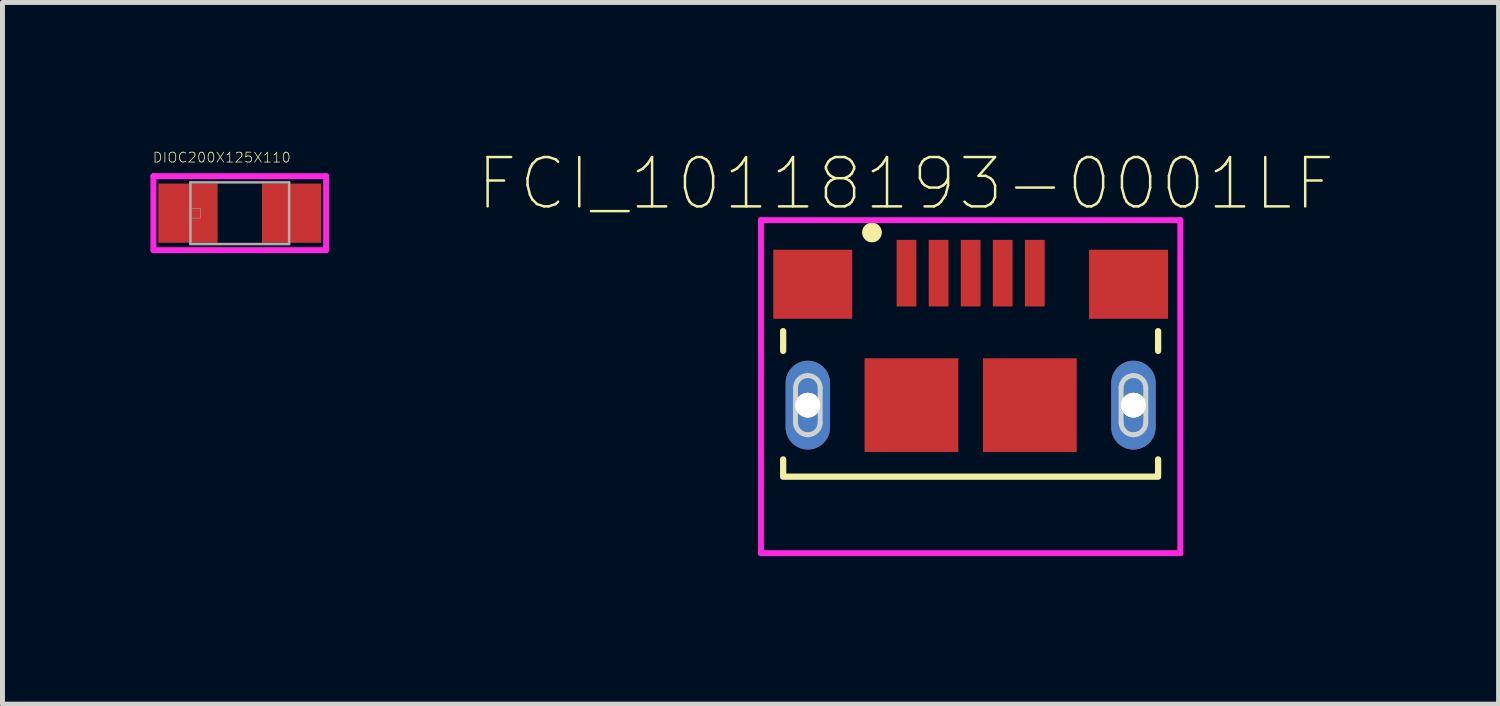
<source format=kicad_pcb>
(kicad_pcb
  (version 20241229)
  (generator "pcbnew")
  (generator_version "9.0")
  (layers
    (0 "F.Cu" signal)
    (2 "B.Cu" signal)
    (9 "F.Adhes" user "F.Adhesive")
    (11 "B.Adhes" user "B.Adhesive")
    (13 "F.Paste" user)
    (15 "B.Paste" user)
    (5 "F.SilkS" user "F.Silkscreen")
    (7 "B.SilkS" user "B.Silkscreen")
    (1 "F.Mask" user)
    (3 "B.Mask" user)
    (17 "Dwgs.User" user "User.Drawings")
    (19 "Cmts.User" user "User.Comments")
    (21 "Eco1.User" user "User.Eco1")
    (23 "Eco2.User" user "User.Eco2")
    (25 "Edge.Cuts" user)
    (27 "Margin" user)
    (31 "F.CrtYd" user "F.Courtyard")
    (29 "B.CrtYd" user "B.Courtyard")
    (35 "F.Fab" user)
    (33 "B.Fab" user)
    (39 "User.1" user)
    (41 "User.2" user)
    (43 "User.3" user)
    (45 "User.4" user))
  (footprint "DIOC200X125X110"
    (layer "F.Cu")
    (at 1.81 1.271)
    (property "Reference" "DIOC200X125X110" (at -0.365 -1.128 0) (layer "F.SilkS") (effects (font (size 0.2 0.2) (thickness 0.015))))
    (attr through_hole)
    (fp_line (start -1.75 -0.75) (end 1.75 -0.75) (stroke (width 0.12) (type solid)) (layer "F.CrtYd"))
    (fp_line (start -1.75 0.75) (end -1.75 -0.75) (stroke (width 0.12) (type solid)) (layer "F.CrtYd"))
    (fp_line (start 1.75 -0.75) (end 1.75 0.75) (stroke (width 0.12) (type solid)) (layer "F.CrtYd"))
    (fp_line (start 1.75 0.75) (end -1.75 0.75) (stroke (width 0.12) (type solid)) (layer "F.CrtYd"))
    (fp_line (start -1 -0.625) (end -1 0.625) (stroke (width 0.05) (type solid)) (layer "F.Fab"))
    (fp_line (start -1 0.625) (end 1 0.625) (stroke (width 0.05) (type solid)) (layer "F.Fab"))
    (fp_line (start 1 -0.625) (end -1 -0.625) (stroke (width 0.05) (type solid)) (layer "F.Fab"))
    (fp_line (start 1 0.625) (end 1 -0.625) (stroke (width 0.05) (type solid)) (layer "F.Fab"))
    (fp_poly (pts (xy -1.002 -0.1) (xy -0.8 -0.1) (xy -0.8 0.1) (xy -1.002 0.1)) (stroke (width 0.01) (type solid)) (fill no) (layer "F.Fab"))
    (pad "+" smd rect (at 1.05 0) (size 1.2 1.2) (layers "F.Cu" "F.Mask" "F.Paste"))
    (pad "-" smd rect (at -1.05 0) (size 1.2 1.2) (layers "F.Cu" "F.Mask" "F.Paste")))
  (footprint "FCI_10118193-0001LF"
    (layer "F.Cu")
    (at 16.624 5.162)
    (property "Reference" "FCI_10118193-0001LF" (at -1.314 -4.489 0) (layer "F.SilkS") (effects (font (size 1 1) (thickness 0.05))))
    (attr smd)
    (fp_line (start -3.8 -1.5) (end -3.8 -1.1) (stroke (width 0.127) (type solid)) (layer "F.SilkS"))
    (fp_line (start -3.8 1.1) (end -3.8 1.4) (stroke (width 0.127) (type solid)) (layer "F.SilkS"))
    (fp_line (start -3.8 1.45) (end 3.8 1.45) (stroke (width 0.127) (type solid)) (layer "F.SilkS"))
    (fp_line (start 3.8 -1.1) (end 3.8 -1.5) (stroke (width 0.127) (type solid)) (layer "F.SilkS"))
    (fp_line (start 3.8 1.1) (end 3.8 1.4) (stroke (width 0.127) (type solid)) (layer "F.SilkS"))
    (fp_circle (center -2 -3.5) (end -1.9 -3.5) (stroke (width 0.2) (type solid)) (fill no) (layer "F.SilkS"))
    (fp_line (start -4.2 -3.6) (end -4.2 3) (stroke (width 0.05) (type solid)) (layer "Eco1.User"))
    (fp_line (start -4.2 3) (end 4.2 3) (stroke (width 0.05) (type solid)) (layer "Eco1.User"))
    (fp_line (start 4.2 -3.6) (end -4.2 -3.6) (stroke (width 0.05) (type solid)) (layer "Eco1.User"))
    (fp_line (start 4.2 3) (end 4.2 -3.6) (stroke (width 0.05) (type solid)) (layer "Eco1.User"))
    (fp_line (start -3.93 2.5) (end -3.75 2.75) (stroke (width 0.127) (type solid)) (layer "Eco2.User"))
    (fp_line (start -3.8 -2.9) (end 3.8 -2.9) (stroke (width 0.127) (type solid)) (layer "Eco2.User"))
    (fp_line (start -3.8 2.1) (end -3.8 -2.9) (stroke (width 0.127) (type solid)) (layer "Eco2.User"))
    (fp_line (start -3.8 2.15) (end -3.8 2.1) (stroke (width 0.127) (type solid)) (layer "Eco2.User"))
    (fp_line (start -3.2 2.2) (end -3.2 2.75) (stroke (width 0.127) (type solid)) (layer "Eco2.User"))
    (fp_line (start -3.2 2.75) (end 3.2 2.75) (stroke (width 0.127) (type solid)) (layer "Eco2.User"))
    (fp_line (start 3.2 2.75) (end 3.2 2.2) (stroke (width 0.127) (type solid)) (layer "Eco2.User"))
    (fp_line (start 3.8 -2.9) (end 3.8 1.45) (stroke (width 0.127) (type solid)) (layer "Eco2.User"))
    (fp_line (start 3.8 1.45) (end 3.8 2.15) (stroke (width 0.127) (type solid)) (layer "Eco2.User"))
    (fp_line (start 3.8 1.45) (end 6.15 1.45) (stroke (width 0.127) (type solid)) (layer "Eco2.User"))
    (fp_line (start 3.8 2.15) (end -3.8 2.15) (stroke (width 0.127) (type solid)) (layer "Eco2.User"))
    (fp_line (start 3.93 2.5) (end 3.75 2.8) (stroke (width 0.127) (type solid)) (layer "Eco2.User"))
    (fp_arc (start -3.8 2.1) (mid -3.782157 2.326924) (end -3.93 2.5) (stroke (width 0.127) (type solid)) (layer "Eco2.User"))
    (fp_arc (start -3.4 2.2) (mid -3.461091 2.547487) (end -3.75 2.75) (stroke (width 0.127) (type solid)) (layer "Eco2.User"))
    (fp_arc (start 3.75 2.8) (mid 3.450736 2.572487) (end 3.4 2.2) (stroke (width 0.127) (type solid)) (layer "Eco2.User"))
    (fp_arc (start 3.93 2.5) (mid 3.782157 2.326924) (end 3.8 2.1) (stroke (width 0.127) (type solid)) (layer "Eco2.User"))
    (fp_line (start -3.55 0.35) (end -3.55 -0.35) (stroke (width 0.1) (type solid)) (layer "Edge.Cuts"))
    (fp_line (start -3.05 -0.35) (end -3.05 0.35) (stroke (width 0.1) (type solid)) (layer "Edge.Cuts"))
    (fp_line (start 3.05 0.35) (end 3.05 -0.35) (stroke (width 0.1) (type solid)) (layer "Edge.Cuts"))
    (fp_line (start 3.55 -0.35) (end 3.55 0.35) (stroke (width 0.1) (type solid)) (layer "Edge.Cuts"))
    (fp_arc (start -3.55 -0.35) (mid -3.476777 -0.526777) (end -3.3 -0.6) (stroke (width 0.1) (type solid)) (layer "Edge.Cuts"))
    (fp_arc (start -3.3 -0.6) (mid -3.123223 -0.526777) (end -3.05 -0.35) (stroke (width 0.1) (type solid)) (layer "Edge.Cuts"))
    (fp_arc (start -3.3 0.6) (mid -3.476777 0.526777) (end -3.55 0.35) (stroke (width 0.1) (type solid)) (layer "Edge.Cuts"))
    (fp_arc (start -3.05 0.35) (mid -3.123223 0.526777) (end -3.3 0.6) (stroke (width 0.1) (type solid)) (layer "Edge.Cuts"))
    (fp_arc (start 3.05 -0.35) (mid 3.123223 -0.526777) (end 3.3 -0.6) (stroke (width 0.1) (type solid)) (layer "Edge.Cuts"))
    (fp_arc (start 3.3 -0.6) (mid 3.476777 -0.526777) (end 3.55 -0.35) (stroke (width 0.1) (type solid)) (layer "Edge.Cuts"))
    (fp_arc (start 3.3 0.6) (mid 3.123223 0.526777) (end 3.05 0.35) (stroke (width 0.1) (type solid)) (layer "Edge.Cuts"))
    (fp_arc (start 3.55 0.35) (mid 3.476777 0.526777) (end 3.3 0.6) (stroke (width 0.1) (type solid)) (layer "Edge.Cuts"))
    (fp_line (start -4.25 -3.75) (end 4.25 -3.75) (stroke (width 0.12) (type solid)) (layer "F.CrtYd"))
    (fp_line (start -4.25 3) (end -4.25 -3.75) (stroke (width 0.12) (type solid)) (layer "F.CrtYd"))
    (fp_line (start 4.25 -3.75) (end 4.25 3) (stroke (width 0.12) (type solid)) (layer "F.CrtYd"))
    (fp_line (start 4.25 3) (end -4.25 3) (stroke (width 0.12) (type solid)) (layer "F.CrtYd"))
    (fp_text user "PCB~{END}" (at 4.75 1.3 0) (layer "Edge.Cuts") (effects (font (size 1 1) (thickness 0.05))))
    (pad "" np_thru_hole circle (at -3.3 0) (size 0.5 0.5) (drill 0.5) (layers "*.Cu" "*.Mask" "F.SilkS"))
    (pad "" np_thru_hole circle (at 3.3 0) (size 0.5 0.5) (drill 0.5) (layers "*.Cu" "*.Mask" "F.SilkS"))
    (pad "1" smd rect (at -1.3 -2.675) (size 0.4 1.35) (layers "F.Cu" "F.Mask" "F.Paste"))
    (pad "2" smd rect (at -0.65 -2.675) (size 0.4 1.35) (layers "F.Cu" "F.Mask" "F.Paste"))
    (pad "3" smd rect (at 0 -2.675) (size 0.4 1.35) (layers "F.Cu" "F.Mask" "F.Paste"))
    (pad "4" smd rect (at 0.65 -2.675) (size 0.4 1.35) (layers "F.Cu" "F.Mask" "F.Paste"))
    (pad "5" smd rect (at 1.3 -2.675) (size 0.4 1.35) (layers "F.Cu" "F.Mask" "F.Paste"))
    (pad "S1" smd rect (at -3.2 -2.45) (size 1.6 1.4) (layers "F.Cu" "F.Mask" "F.Paste"))
    (pad "S2" smd rect (at 3.2 -2.45) (size 1.6 1.4) (layers "F.Cu" "F.Mask" "F.Paste"))
    (pad "S3" smd rect (at 1.2 0) (size 1.9 1.9) (layers "F.Cu" "F.Mask" "F.Paste"))
    (pad "S4" smd rect (at -1.2 0) (size 1.9 1.9) (layers "F.Cu" "F.Mask" "F.Paste"))
    (pad "S5" thru_hole oval (at -3.3 0 90) (size 1.8 0.9) (drill 0.5) (layers "*.Cu" "*.Mask"))
    (pad "S6" thru_hole oval (at 3.3 0 90) (size 1.8 0.9) (drill 0.5) (layers "*.Cu" "*.Mask")))
  (gr_rect
    (start -3 -3)
    (end 27.325 11.222)
    (stroke (width 0.1) (type default))
    (fill no)
    (layer "Edge.Cuts")))
</source>
